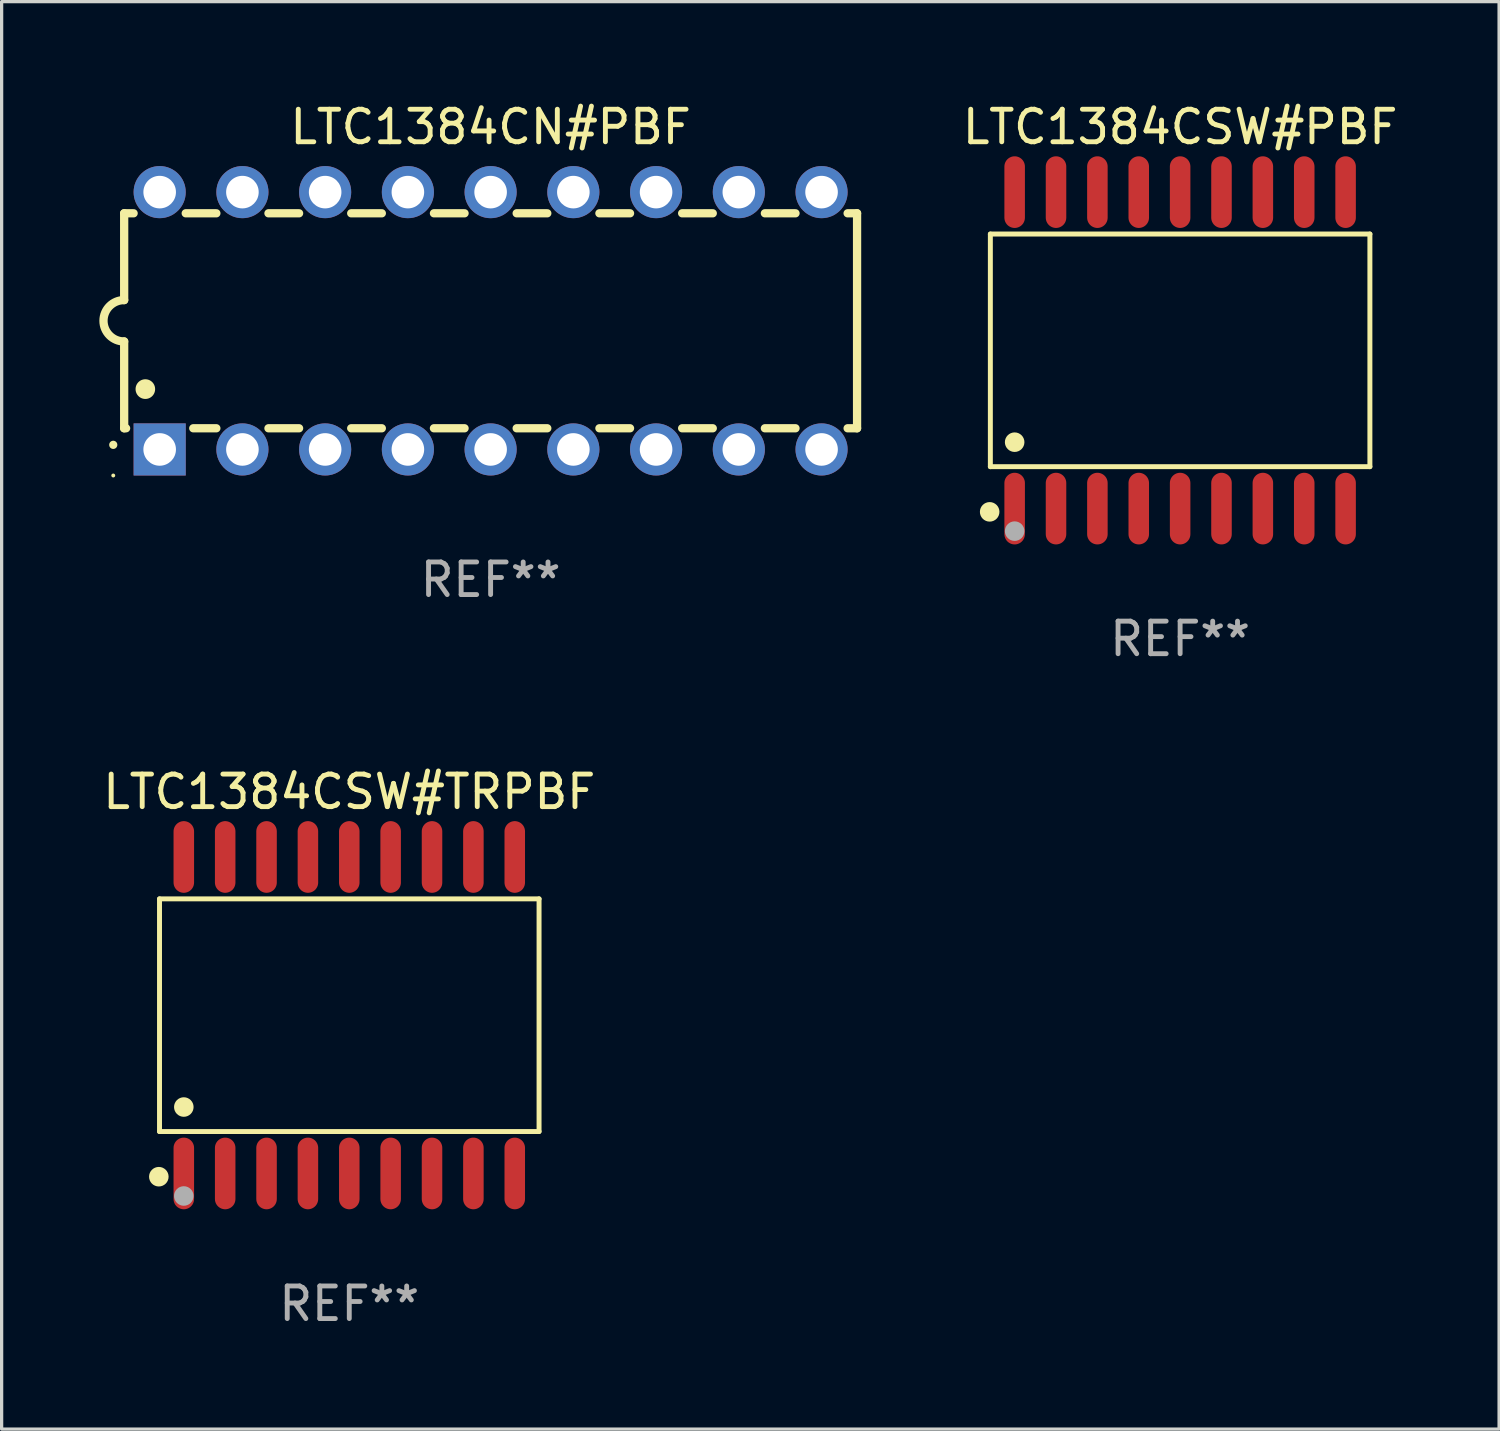
<source format=kicad_pcb>
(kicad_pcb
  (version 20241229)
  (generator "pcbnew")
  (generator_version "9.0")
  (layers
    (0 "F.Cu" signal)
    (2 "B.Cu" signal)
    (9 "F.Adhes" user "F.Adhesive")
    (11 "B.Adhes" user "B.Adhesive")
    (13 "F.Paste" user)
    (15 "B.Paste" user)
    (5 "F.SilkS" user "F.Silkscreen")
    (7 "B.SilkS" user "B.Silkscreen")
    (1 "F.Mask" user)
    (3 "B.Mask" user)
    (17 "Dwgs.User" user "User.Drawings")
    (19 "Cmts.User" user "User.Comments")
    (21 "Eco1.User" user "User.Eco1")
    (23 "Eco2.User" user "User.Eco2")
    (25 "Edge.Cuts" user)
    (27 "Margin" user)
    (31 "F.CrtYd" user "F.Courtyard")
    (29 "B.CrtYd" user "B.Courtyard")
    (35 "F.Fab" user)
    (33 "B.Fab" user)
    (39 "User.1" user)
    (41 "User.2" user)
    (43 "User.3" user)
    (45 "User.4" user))
  (footprint "LTC1384CSW#PBF"
    (layer "F.Cu")
    (at 33.18 7.706)
    (property "Reference" "LTC1384CSW#PBF" (at 0 -6.858 0) (layer "F.SilkS") (effects (font (size 1 1) (thickness 0.15))))
    (attr through_hole)
    (fp_line (start -5.826 -3.571) (end 5.826 -3.571) (stroke (width 0.152) (type solid)) (layer "F.SilkS"))
    (fp_line (start -5.826 3.571) (end -5.826 -3.571) (stroke (width 0.152) (type solid)) (layer "F.SilkS"))
    (fp_line (start 5.826 -3.571) (end 5.826 3.571) (stroke (width 0.152) (type solid)) (layer "F.SilkS"))
    (fp_line (start 5.826 3.571) (end -5.826 3.571) (stroke (width 0.152) (type solid)) (layer "F.SilkS"))
    (fp_circle (center -5.847 4.958) (end -5.697 4.958) (stroke (width 0.3) (type solid)) (fill no) (layer "F.SilkS"))
    (fp_circle (center -5.75 5.15) (end -5.72 5.15) (stroke (width 0.06) (type solid)) (fill no) (layer "F.SilkS"))
    (fp_circle (center -5.08 2.819) (end -4.93 2.819) (stroke (width 0.3) (type solid)) (fill no) (layer "F.SilkS"))
    (fp_circle (center -5.08 5.55) (end -4.93 5.55) (stroke (width 0.3) (type solid)) (fill no) (layer "F.Fab"))
    (fp_text user "REF**" (at 0 8.858 0) (layer "F.Fab") (effects (font (size 1 1) (thickness 0.15))))
    (pad "1" smd oval (at -5.08 4.858) (size 0.63 2.2) (layers "F.Cu" "F.Mask" "F.Paste"))
    (pad "2" smd oval (at -3.81 4.858) (size 0.63 2.2) (layers "F.Cu" "F.Mask" "F.Paste"))
    (pad "3" smd oval (at -2.54 4.858) (size 0.63 2.2) (layers "F.Cu" "F.Mask" "F.Paste"))
    (pad "4" smd oval (at -1.27 4.858) (size 0.63 2.2) (layers "F.Cu" "F.Mask" "F.Paste"))
    (pad "5" smd oval (at 0 4.858) (size 0.63 2.2) (layers "F.Cu" "F.Mask" "F.Paste"))
    (pad "6" smd oval (at 1.27 4.858) (size 0.63 2.2) (layers "F.Cu" "F.Mask" "F.Paste"))
    (pad "7" smd oval (at 2.54 4.858) (size 0.63 2.2) (layers "F.Cu" "F.Mask" "F.Paste"))
    (pad "8" smd oval (at 3.81 4.858) (size 0.63 2.2) (layers "F.Cu" "F.Mask" "F.Paste"))
    (pad "9" smd oval (at 5.08 4.858) (size 0.63 2.2) (layers "F.Cu" "F.Mask" "F.Paste"))
    (pad "10" smd oval (at 5.08 -4.858) (size 0.63 2.2) (layers "F.Cu" "F.Mask" "F.Paste"))
    (pad "11" smd oval (at 3.81 -4.858) (size 0.63 2.2) (layers "F.Cu" "F.Mask" "F.Paste"))
    (pad "12" smd oval (at 2.54 -4.858) (size 0.63 2.2) (layers "F.Cu" "F.Mask" "F.Paste"))
    (pad "13" smd oval (at 1.27 -4.858) (size 0.63 2.2) (layers "F.Cu" "F.Mask" "F.Paste"))
    (pad "14" smd oval (at 0 -4.858) (size 0.63 2.2) (layers "F.Cu" "F.Mask" "F.Paste"))
    (pad "15" smd oval (at -1.27 -4.858) (size 0.63 2.2) (layers "F.Cu" "F.Mask" "F.Paste"))
    (pad "16" smd oval (at -2.54 -4.858) (size 0.63 2.2) (layers "F.Cu" "F.Mask" "F.Paste"))
    (pad "17" smd oval (at -3.81 -4.858) (size 0.63 2.2) (layers "F.Cu" "F.Mask" "F.Paste"))
    (pad "18" smd oval (at -5.08 -4.858) (size 0.63 2.2) (layers "F.Cu" "F.Mask" "F.Paste")))
  (footprint "LTC1384CN#PBF"
    (layer "F.Cu")
    (at 12.012 6.798)
    (property "Reference" "LTC1384CN#PBF" (at 0 -5.95 0) (layer "F.SilkS") (effects (font (size 1 1) (thickness 0.15))))
    (attr through_hole)
    (fp_line (start -11.25 -3.3) (end -11.25 -0.635) (stroke (width 0.254) (type solid)) (layer "F.SilkS"))
    (fp_line (start -11.25 -3.3) (end -10.96 -3.3) (stroke (width 0.254) (type solid)) (layer "F.SilkS"))
    (fp_line (start -11.25 3.3) (end -11.25 0.635) (stroke (width 0.254) (type solid)) (layer "F.SilkS"))
    (fp_line (start -11.25 3.3) (end -11.191 3.3) (stroke (width 0.254) (type solid)) (layer "F.SilkS"))
    (fp_line (start -9.36 -3.3) (end -8.42 -3.3) (stroke (width 0.254) (type solid)) (layer "F.SilkS"))
    (fp_line (start -9.129 3.3) (end -8.42 3.3) (stroke (width 0.254) (type solid)) (layer "F.SilkS"))
    (fp_line (start -6.82 -3.3) (end -5.88 -3.3) (stroke (width 0.254) (type solid)) (layer "F.SilkS"))
    (fp_line (start -6.82 3.3) (end -5.88 3.3) (stroke (width 0.254) (type solid)) (layer "F.SilkS"))
    (fp_line (start -4.28 -3.3) (end -3.34 -3.3) (stroke (width 0.254) (type solid)) (layer "F.SilkS"))
    (fp_line (start -4.28 3.3) (end -3.34 3.3) (stroke (width 0.254) (type solid)) (layer "F.SilkS"))
    (fp_line (start -1.74 -3.3) (end -0.8 -3.3) (stroke (width 0.254) (type solid)) (layer "F.SilkS"))
    (fp_line (start -1.74 3.3) (end -0.8 3.3) (stroke (width 0.254) (type solid)) (layer "F.SilkS"))
    (fp_line (start 0.8 -3.3) (end 1.74 -3.3) (stroke (width 0.254) (type solid)) (layer "F.SilkS"))
    (fp_line (start 0.8 3.3) (end 1.74 3.3) (stroke (width 0.254) (type solid)) (layer "F.SilkS"))
    (fp_line (start 3.34 -3.3) (end 4.28 -3.3) (stroke (width 0.254) (type solid)) (layer "F.SilkS"))
    (fp_line (start 3.34 3.3) (end 4.28 3.3) (stroke (width 0.254) (type solid)) (layer "F.SilkS"))
    (fp_line (start 5.88 -3.3) (end 6.82 -3.3) (stroke (width 0.254) (type solid)) (layer "F.SilkS"))
    (fp_line (start 5.88 3.3) (end 6.82 3.3) (stroke (width 0.254) (type solid)) (layer "F.SilkS"))
    (fp_line (start 8.42 -3.3) (end 9.36 -3.3) (stroke (width 0.254) (type solid)) (layer "F.SilkS"))
    (fp_line (start 8.42 3.3) (end 9.36 3.3) (stroke (width 0.254) (type solid)) (layer "F.SilkS"))
    (fp_line (start 10.96 -3.3) (end 11.25 -3.3) (stroke (width 0.254) (type solid)) (layer "F.SilkS"))
    (fp_line (start 10.96 3.3) (end 11.25 3.3) (stroke (width 0.254) (type solid)) (layer "F.SilkS"))
    (fp_line (start 11.25 -3.3) (end 11.25 3.3) (stroke (width 0.254) (type solid)) (layer "F.SilkS"))
    (fp_arc (start -11.584963 3.810008) (mid -11.58497 3.808738) (end -11.584963 3.807468) (stroke (width 0.25) (type solid)) (layer "F.SilkS"))
    (fp_arc (start -11.250013 0.635001) (mid -11.884684 -0.000165) (end -11.249683 -0.635001) (stroke (width 0.254001) (type solid)) (layer "F.SilkS"))
    (fp_arc (start -10.600025 2.1) (mid -10.600036 2.09746) (end -10.600025 2.09492) (stroke (width 0.6) (type solid)) (layer "F.SilkS"))
    (fp_circle (center -11.585 4.75) (end -11.555 4.75) (stroke (width 0.06) (type solid)) (fill no) (layer "F.SilkS"))
    (fp_text user "REF**" (at 0 7.95 0) (layer "F.Fab") (effects (font (size 1 1) (thickness 0.15))))
    (pad "1" thru_hole rect (at -10.16 3.95 90) (size 1.6 1.6) (drill 1) (layers "*.Cu" "*.Mask"))
    (pad "2" thru_hole circle (at -7.62 3.95 90) (size 1.6 1.6) (drill 1) (layers "*.Cu" "*.Mask"))
    (pad "3" thru_hole circle (at -5.08 3.95 90) (size 1.6 1.6) (drill 1) (layers "*.Cu" "*.Mask"))
    (pad "4" thru_hole circle (at -2.54 3.95 90) (size 1.6 1.6) (drill 1) (layers "*.Cu" "*.Mask"))
    (pad "5" thru_hole circle (at 0 3.95 90) (size 1.6 1.6) (drill 1) (layers "*.Cu" "*.Mask"))
    (pad "6" thru_hole circle (at 2.54 3.95 90) (size 1.6 1.6) (drill 1) (layers "*.Cu" "*.Mask"))
    (pad "7" thru_hole circle (at 5.08 3.95 90) (size 1.6 1.6) (drill 1) (layers "*.Cu" "*.Mask"))
    (pad "8" thru_hole circle (at 7.62 3.95 90) (size 1.6 1.6) (drill 1) (layers "*.Cu" "*.Mask"))
    (pad "9" thru_hole circle (at 10.16 3.95 90) (size 1.6 1.6) (drill 1) (layers "*.Cu" "*.Mask"))
    (pad "10" thru_hole circle (at 10.16 -3.95 90) (size 1.6 1.6) (drill 1) (layers "*.Cu" "*.Mask"))
    (pad "11" thru_hole circle (at 7.62 -3.95 90) (size 1.6 1.6) (drill 1) (layers "*.Cu" "*.Mask"))
    (pad "12" thru_hole circle (at 5.08 -3.95 90) (size 1.6 1.6) (drill 1) (layers "*.Cu" "*.Mask"))
    (pad "13" thru_hole circle (at 2.54 -3.95 90) (size 1.6 1.6) (drill 1) (layers "*.Cu" "*.Mask"))
    (pad "14" thru_hole circle (at 0 -3.95 90) (size 1.6 1.6) (drill 1) (layers "*.Cu" "*.Mask"))
    (pad "15" thru_hole circle (at -2.54 -3.95 90) (size 1.6 1.6) (drill 1) (layers "*.Cu" "*.Mask"))
    (pad "16" thru_hole circle (at -5.08 -3.95 90) (size 1.6 1.6) (drill 1) (layers "*.Cu" "*.Mask"))
    (pad "17" thru_hole circle (at -7.62 -3.95 90) (size 1.6 1.6) (drill 1) (layers "*.Cu" "*.Mask"))
    (pad "18" thru_hole circle (at -10.16 -3.95 90) (size 1.6 1.6) (drill 1) (layers "*.Cu" "*.Mask")))
  (footprint "LTC1384CSW#TRPBF"
    (layer "F.Cu")
    (at 7.673 28.117)
    (property "Reference" "LTC1384CSW#TRPBF" (at 0 -6.858 0) (layer "F.SilkS") (effects (font (size 1 1) (thickness 0.15))))
    (attr through_hole)
    (fp_line (start -5.826 -3.571) (end 5.826 -3.571) (stroke (width 0.152) (type solid)) (layer "F.SilkS"))
    (fp_line (start -5.826 3.571) (end -5.826 -3.571) (stroke (width 0.152) (type solid)) (layer "F.SilkS"))
    (fp_line (start 5.826 -3.571) (end 5.826 3.571) (stroke (width 0.152) (type solid)) (layer "F.SilkS"))
    (fp_line (start 5.826 3.571) (end -5.826 3.571) (stroke (width 0.152) (type solid)) (layer "F.SilkS"))
    (fp_circle (center -5.847 4.958) (end -5.697 4.958) (stroke (width 0.3) (type solid)) (fill no) (layer "F.SilkS"))
    (fp_circle (center -5.75 5.15) (end -5.72 5.15) (stroke (width 0.06) (type solid)) (fill no) (layer "F.SilkS"))
    (fp_circle (center -5.08 2.819) (end -4.93 2.819) (stroke (width 0.3) (type solid)) (fill no) (layer "F.SilkS"))
    (fp_circle (center -5.08 5.55) (end -4.93 5.55) (stroke (width 0.3) (type solid)) (fill no) (layer "F.Fab"))
    (fp_text user "REF**" (at 0 8.858 0) (layer "F.Fab") (effects (font (size 1 1) (thickness 0.15))))
    (pad "1" smd oval (at -5.08 4.858) (size 0.63 2.2) (layers "F.Cu" "F.Mask" "F.Paste"))
    (pad "2" smd oval (at -3.81 4.858) (size 0.63 2.2) (layers "F.Cu" "F.Mask" "F.Paste"))
    (pad "3" smd oval (at -2.54 4.858) (size 0.63 2.2) (layers "F.Cu" "F.Mask" "F.Paste"))
    (pad "4" smd oval (at -1.27 4.858) (size 0.63 2.2) (layers "F.Cu" "F.Mask" "F.Paste"))
    (pad "5" smd oval (at 0 4.858) (size 0.63 2.2) (layers "F.Cu" "F.Mask" "F.Paste"))
    (pad "6" smd oval (at 1.27 4.858) (size 0.63 2.2) (layers "F.Cu" "F.Mask" "F.Paste"))
    (pad "7" smd oval (at 2.54 4.858) (size 0.63 2.2) (layers "F.Cu" "F.Mask" "F.Paste"))
    (pad "8" smd oval (at 3.81 4.858) (size 0.63 2.2) (layers "F.Cu" "F.Mask" "F.Paste"))
    (pad "9" smd oval (at 5.08 4.858) (size 0.63 2.2) (layers "F.Cu" "F.Mask" "F.Paste"))
    (pad "10" smd oval (at 5.08 -4.858) (size 0.63 2.2) (layers "F.Cu" "F.Mask" "F.Paste"))
    (pad "11" smd oval (at 3.81 -4.858) (size 0.63 2.2) (layers "F.Cu" "F.Mask" "F.Paste"))
    (pad "12" smd oval (at 2.54 -4.858) (size 0.63 2.2) (layers "F.Cu" "F.Mask" "F.Paste"))
    (pad "13" smd oval (at 1.27 -4.858) (size 0.63 2.2) (layers "F.Cu" "F.Mask" "F.Paste"))
    (pad "14" smd oval (at 0 -4.858) (size 0.63 2.2) (layers "F.Cu" "F.Mask" "F.Paste"))
    (pad "15" smd oval (at -1.27 -4.858) (size 0.63 2.2) (layers "F.Cu" "F.Mask" "F.Paste"))
    (pad "16" smd oval (at -2.54 -4.858) (size 0.63 2.2) (layers "F.Cu" "F.Mask" "F.Paste"))
    (pad "17" smd oval (at -3.81 -4.858) (size 0.63 2.2) (layers "F.Cu" "F.Mask" "F.Paste"))
    (pad "18" smd oval (at -5.08 -4.858) (size 0.63 2.2) (layers "F.Cu" "F.Mask" "F.Paste")))
  (gr_rect
    (start -3 -3)
    (end 42.972 40.823)
    (stroke (width 0.1) (type default))
    (fill no)
    (layer "Edge.Cuts")))
</source>
